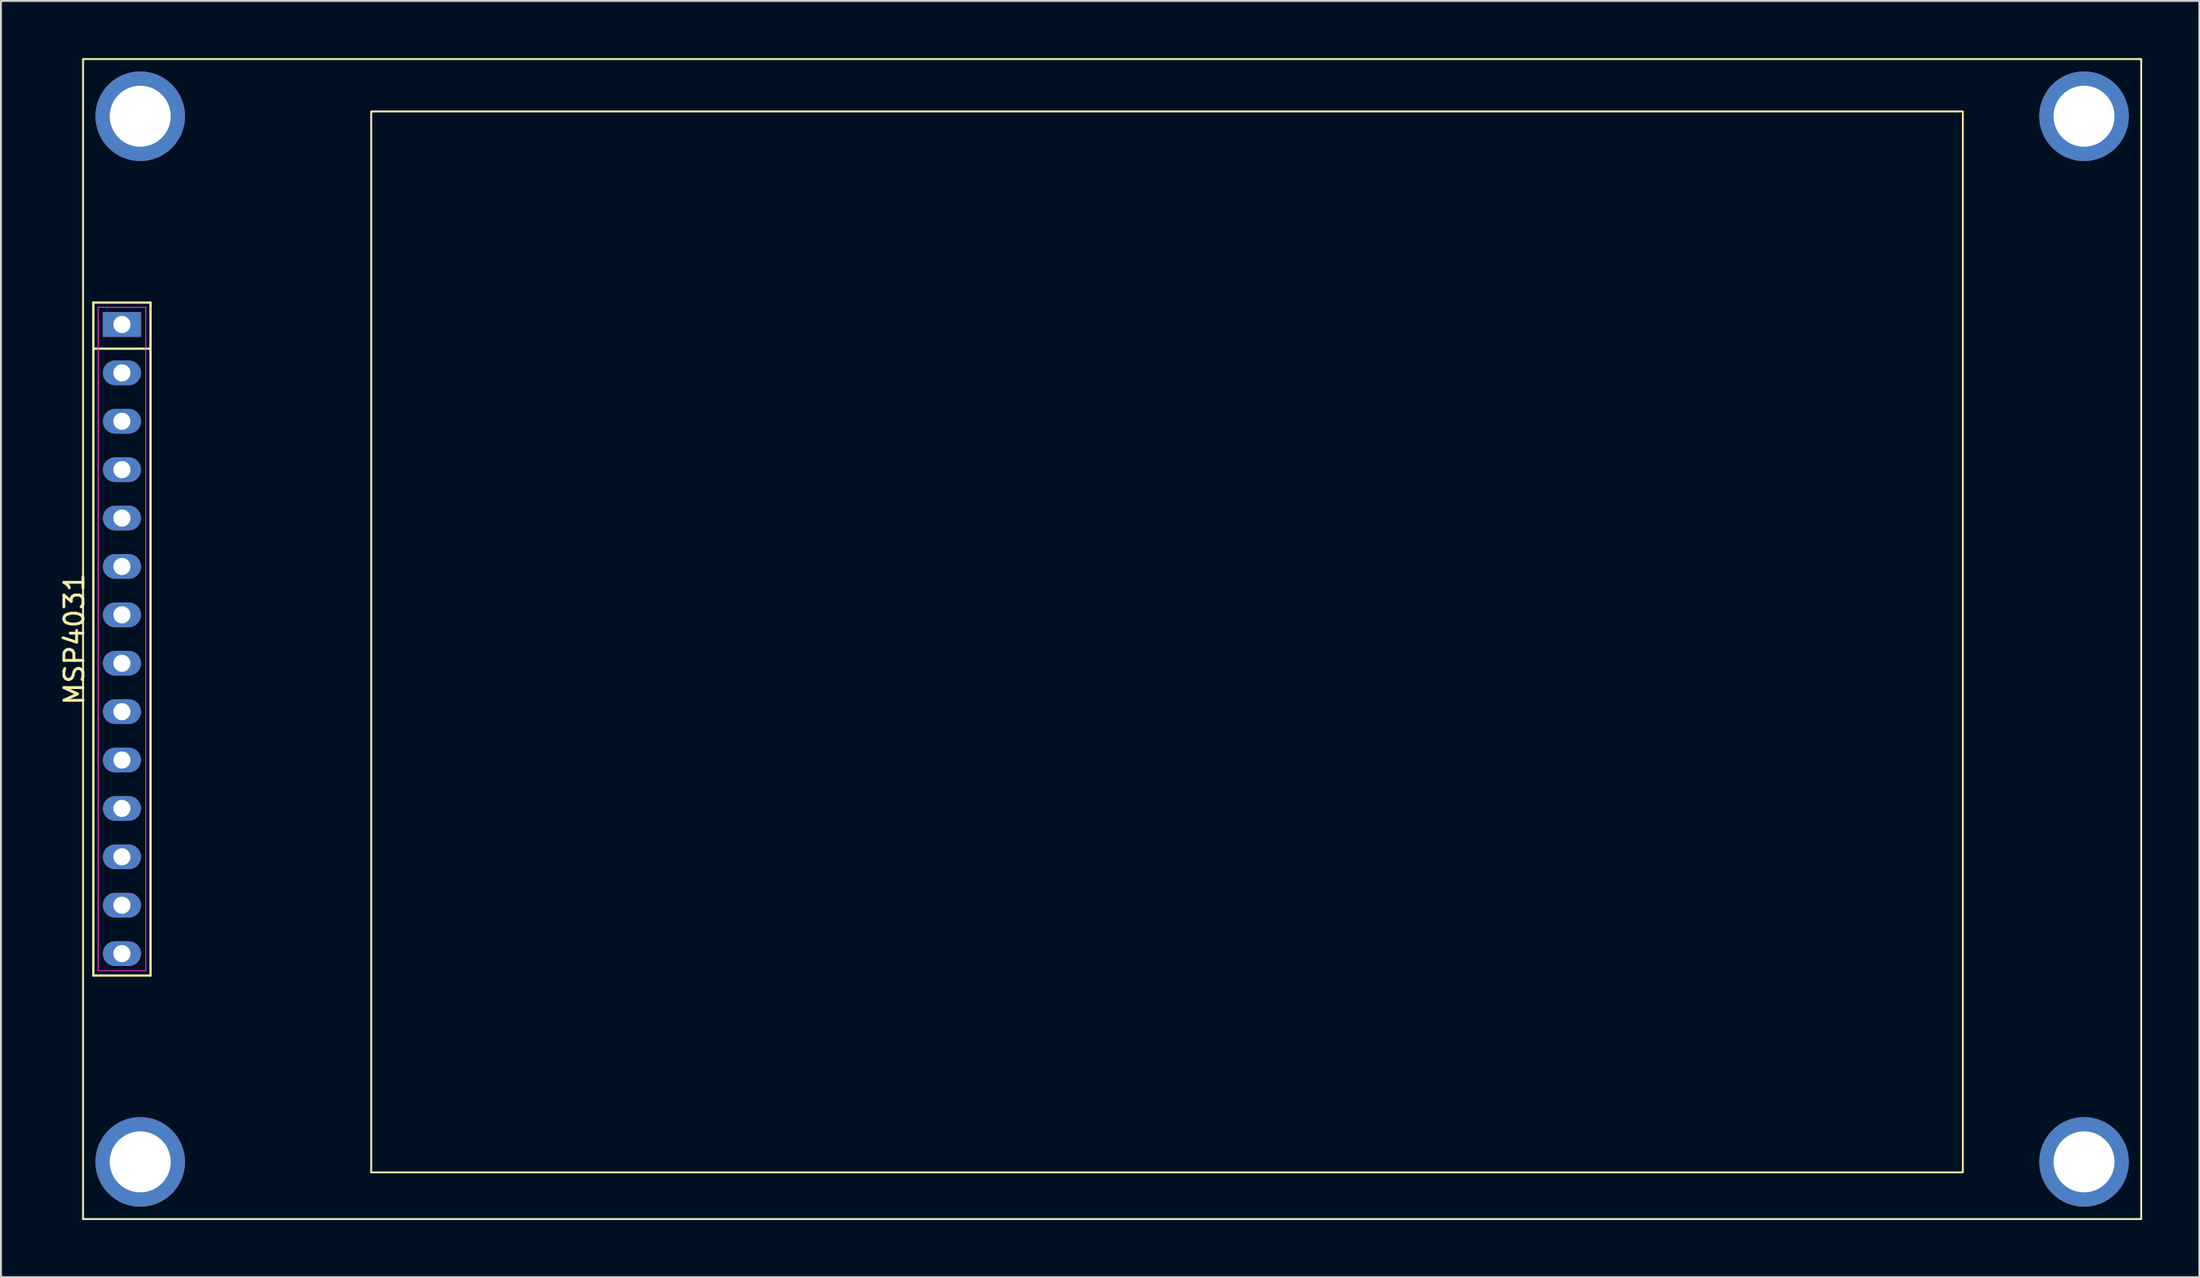
<source format=kicad_pcb>
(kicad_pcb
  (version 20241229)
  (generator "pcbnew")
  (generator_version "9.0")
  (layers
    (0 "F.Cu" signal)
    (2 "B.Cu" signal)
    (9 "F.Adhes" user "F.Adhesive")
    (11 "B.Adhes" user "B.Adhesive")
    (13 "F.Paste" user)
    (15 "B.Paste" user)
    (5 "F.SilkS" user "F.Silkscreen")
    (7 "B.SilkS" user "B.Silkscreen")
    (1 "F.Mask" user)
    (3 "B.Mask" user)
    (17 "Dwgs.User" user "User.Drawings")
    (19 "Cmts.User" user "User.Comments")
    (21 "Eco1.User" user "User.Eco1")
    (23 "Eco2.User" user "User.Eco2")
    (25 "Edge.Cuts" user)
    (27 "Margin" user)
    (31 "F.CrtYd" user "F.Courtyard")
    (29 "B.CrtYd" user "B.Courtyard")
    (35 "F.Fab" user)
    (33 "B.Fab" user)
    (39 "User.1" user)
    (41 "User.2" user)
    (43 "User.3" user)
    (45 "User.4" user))
  (footprint "MSP4031"
    (layer "F.Cu")
    (at 3.308 13.98)
    (property "Reference" "MSP4031" (at -2.46 16.51 270) (layer "F.SilkS") (effects (font (size 1 1) (thickness 0.15))))
    (attr through_hole)
    (fp_line (start -1.46 -1.15) (end 1.54 -1.15) (stroke (width 0.12) (type default)) (layer "F.SilkS"))
    (fp_line (start -1.46 34.17) (end -1.46 -1.15) (stroke (width 0.12) (type default)) (layer "F.SilkS"))
    (fp_line (start 1.54 -1.15) (end 1.54 34.17) (stroke (width 0.12) (type default)) (layer "F.SilkS"))
    (fp_line (start 1.54 1.27) (end -1.46 1.27) (stroke (width 0.12) (type default)) (layer "F.SilkS"))
    (fp_line (start 1.54 34.17) (end -1.46 34.17) (stroke (width 0.12) (type default)) (layer "F.SilkS"))
    (fp_rect (start -2 -13.93) (end 106 46.95) (stroke (width 0.1) (type default)) (fill no) (layer "F.SilkS"))
    (fp_rect (start 13.12 -11.18) (end 96.64 44.5) (stroke (width 0.1) (type default)) (fill no) (layer "F.SilkS"))
    (fp_line (start -1.21 -0.9) (end 1.29 -0.9) (stroke (width 0.05) (type default)) (layer "F.CrtYd"))
    (fp_line (start -1.21 33.92) (end -1.21 -0.9) (stroke (width 0.05) (type default)) (layer "F.CrtYd"))
    (fp_line (start 1.29 -0.9) (end 1.29 33.92) (stroke (width 0.05) (type default)) (layer "F.CrtYd"))
    (fp_line (start 1.29 33.92) (end -1.21 33.92) (stroke (width 0.05) (type default)) (layer "F.CrtYd"))
    (fp_line (start 54.88 -11.18) (end 54.88 44.5) (stroke (width 0.1) (type default)) (layer "User.1"))
    (fp_line (start 96.64 16.66) (end 13.12 16.66) (stroke (width 0.1) (type default)) (layer "User.1"))
    (pad "" np_thru_hole circle (at 1 -10.93 270) (size 4.7 4.7) (drill 3.2) (layers "*.Cu" "*.Mask"))
    (pad "" np_thru_hole circle (at 1 43.95 270) (size 4.7 4.7) (drill 3.2) (layers "*.Cu" "*.Mask"))
    (pad "" np_thru_hole circle (at 103 -10.93 270) (size 4.7 4.7) (drill 3.2) (layers "*.Cu" "*.Mask"))
    (pad "" np_thru_hole circle (at 103 43.95 270) (size 4.7 4.7) (drill 3.2) (layers "*.Cu" "*.Mask"))
    (pad "1" thru_hole rect (at 0.04 0 270) (size 1.3 2) (drill 0.9) (layers "*.Cu" "*.Mask"))
    (pad "2" thru_hole oval (at 0.04 2.54 270) (size 1.3 2) (drill 0.9) (layers "*.Cu" "*.Mask"))
    (pad "3" thru_hole oval (at 0.04 5.08 270) (size 1.3 2) (drill 0.9) (layers "*.Cu" "*.Mask"))
    (pad "4" thru_hole oval (at 0.04 7.62 270) (size 1.3 2) (drill 0.9) (layers "*.Cu" "*.Mask"))
    (pad "5" thru_hole oval (at 0.04 10.16 270) (size 1.3 2) (drill 0.9) (layers "*.Cu" "*.Mask"))
    (pad "6" thru_hole oval (at 0.04 12.7 270) (size 1.3 2) (drill 0.9) (layers "*.Cu" "*.Mask"))
    (pad "7" thru_hole oval (at 0.04 15.24 270) (size 1.3 2) (drill 0.9) (layers "*.Cu" "*.Mask"))
    (pad "8" thru_hole oval (at 0.04 17.78 270) (size 1.3 2) (drill 0.9) (layers "*.Cu" "*.Mask"))
    (pad "9" thru_hole oval (at 0.04 20.32 270) (size 1.3 2) (drill 0.9) (layers "*.Cu" "*.Mask"))
    (pad "10" thru_hole oval (at 0.04 22.86 270) (size 1.3 2) (drill 0.9) (layers "*.Cu" "*.Mask"))
    (pad "11" thru_hole oval (at 0.04 25.4 270) (size 1.3 2) (drill 0.9) (layers "*.Cu" "*.Mask"))
    (pad "12" thru_hole oval (at 0.04 27.94 270) (size 1.3 2) (drill 0.9) (layers "*.Cu" "*.Mask"))
    (pad "13" thru_hole oval (at 0.04 30.48 270) (size 1.3 2) (drill 0.9) (layers "*.Cu" "*.Mask"))
    (pad "14" thru_hole oval (at 0.04 33.02 270) (size 1.3 2) (drill 0.9) (layers "*.Cu" "*.Mask")))
  (gr_rect
    (start -3 -3)
    (end 112.358 63.98)
    (stroke (width 0.1) (type default))
    (fill no)
    (layer "Edge.Cuts")))
</source>
